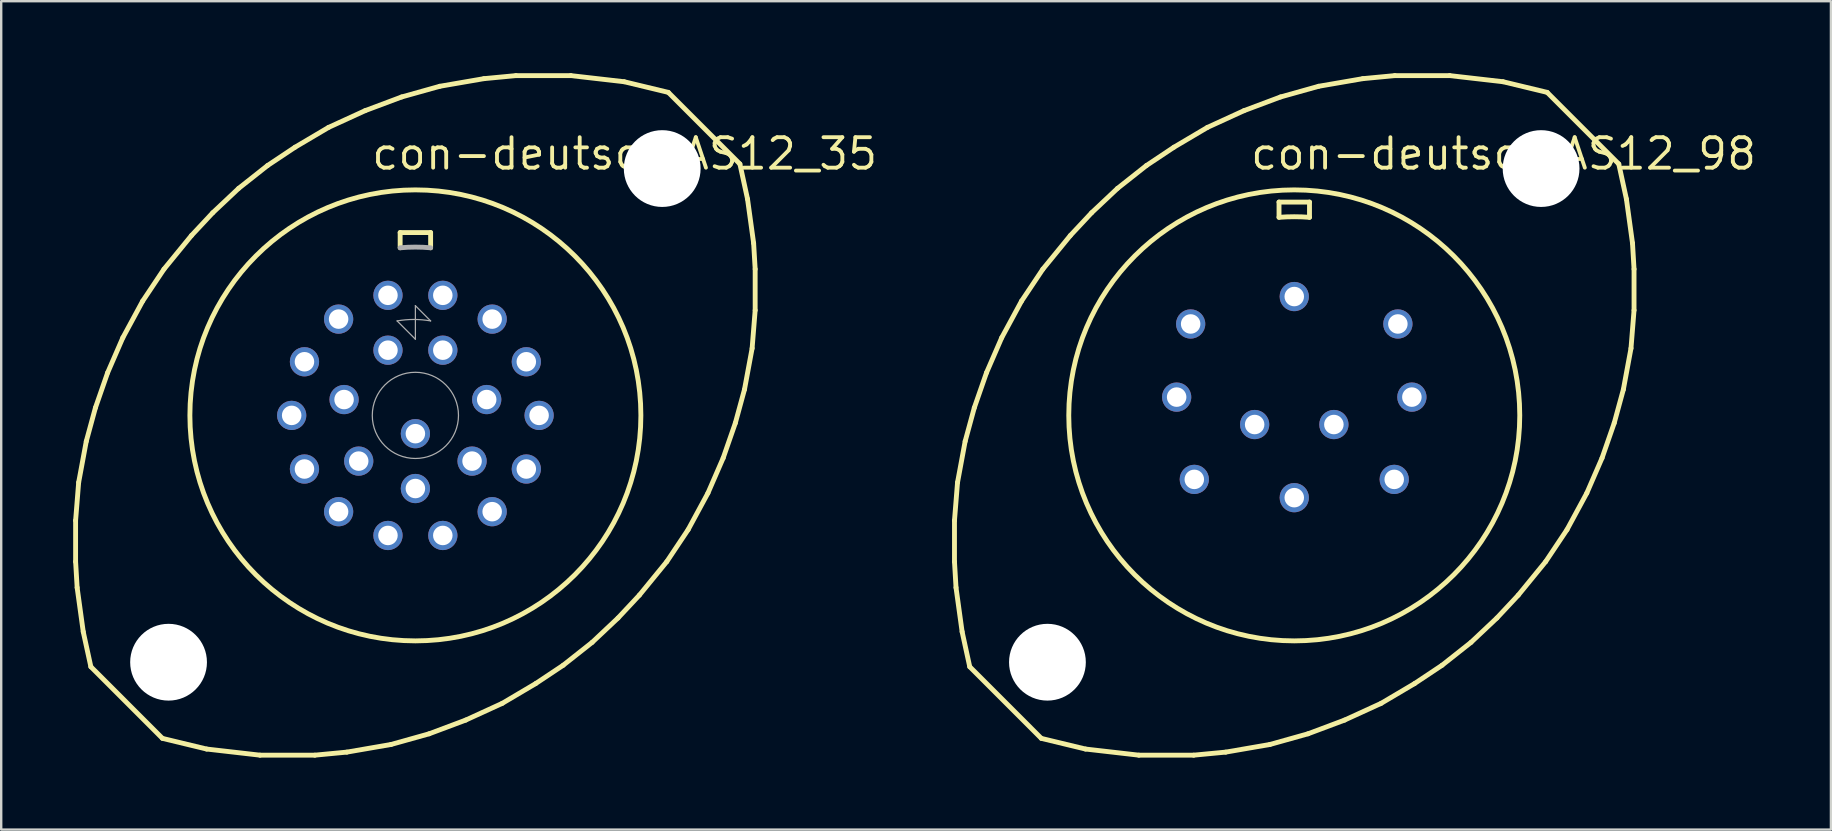
<source format=kicad_pcb>
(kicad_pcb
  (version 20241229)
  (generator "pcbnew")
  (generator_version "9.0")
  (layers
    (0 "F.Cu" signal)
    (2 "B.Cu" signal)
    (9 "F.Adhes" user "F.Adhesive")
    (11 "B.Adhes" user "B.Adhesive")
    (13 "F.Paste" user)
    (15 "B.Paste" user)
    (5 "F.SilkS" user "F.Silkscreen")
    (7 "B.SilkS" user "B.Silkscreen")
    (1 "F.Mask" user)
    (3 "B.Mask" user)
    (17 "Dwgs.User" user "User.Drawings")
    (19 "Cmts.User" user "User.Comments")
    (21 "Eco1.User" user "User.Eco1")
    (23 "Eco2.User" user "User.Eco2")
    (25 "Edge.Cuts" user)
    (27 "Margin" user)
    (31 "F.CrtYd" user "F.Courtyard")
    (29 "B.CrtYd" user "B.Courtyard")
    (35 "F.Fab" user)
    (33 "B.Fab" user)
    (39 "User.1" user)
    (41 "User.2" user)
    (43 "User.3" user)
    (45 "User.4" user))
  (footprint "con-deutsch.AS12_98"
    (layer "F.Cu")
    (at 50.891 14.262)
    (property "Reference" "con-deutsch.AS12_98" (at -1.905 -10.16 0) (layer "F.SilkS") (effects (font (size 1.27 1.27) (thickness 0.16)) (justify left bottom)))
    (attr through_hole)
    (fp_line (start -14.161 4.381) (end -14.034 2.794) (stroke (width 0.203) (type default)) (layer "F.SilkS"))
    (fp_line (start -14.161 6.096) (end -14.161 4.381) (stroke (width 0.203) (type default)) (layer "F.SilkS"))
    (fp_line (start -14.097 7.176) (end -14.161 6.096) (stroke (width 0.203) (type default)) (layer "F.SilkS"))
    (fp_line (start -14.034 2.794) (end -13.716 1.079) (stroke (width 0.203) (type default)) (layer "F.SilkS"))
    (fp_line (start -13.843 9.017) (end -14.097 7.176) (stroke (width 0.203) (type default)) (layer "F.SilkS"))
    (fp_line (start -13.716 1.079) (end -13.335 -0.318) (stroke (width 0.203) (type default)) (layer "F.SilkS"))
    (fp_line (start -13.525 10.477) (end -13.843 9.017) (stroke (width 0.203) (type default)) (layer "F.SilkS"))
    (fp_line (start -13.525 10.477) (end -10.541 13.462) (stroke (width 0.203) (type default)) (layer "F.SilkS"))
    (fp_line (start -13.335 -0.318) (end -12.827 -1.778) (stroke (width 0.203) (type default)) (layer "F.SilkS"))
    (fp_line (start -12.827 -1.778) (end -12.192 -3.239) (stroke (width 0.203) (type default)) (layer "F.SilkS"))
    (fp_line (start -12.192 -3.239) (end -11.367 -4.763) (stroke (width 0.203) (type default)) (layer "F.SilkS"))
    (fp_line (start -11.367 -4.763) (end -10.477 -6.096) (stroke (width 0.203) (type default)) (layer "F.SilkS"))
    (fp_line (start -10.477 -6.096) (end -9.335 -7.493) (stroke (width 0.203) (type default)) (layer "F.SilkS"))
    (fp_line (start -9.335 -7.493) (end -8.445 -8.445) (stroke (width 0.203) (type default)) (layer "F.SilkS"))
    (fp_line (start -8.7 13.906) (end -10.541 13.462) (stroke (width 0.203) (type default)) (layer "F.SilkS"))
    (fp_line (start -8.445 -8.445) (end -7.366 -9.461) (stroke (width 0.203) (type default)) (layer "F.SilkS"))
    (fp_line (start -7.366 -9.461) (end -6.16 -10.414) (stroke (width 0.203) (type default)) (layer "F.SilkS"))
    (fp_line (start -6.477 14.161) (end -8.7 13.906) (stroke (width 0.203) (type default)) (layer "F.SilkS"))
    (fp_line (start -6.16 -10.414) (end -5.016 -11.176) (stroke (width 0.203) (type default)) (layer "F.SilkS"))
    (fp_line (start -5.016 -11.176) (end -3.619 -12.002) (stroke (width 0.203) (type default)) (layer "F.SilkS"))
    (fp_line (start -4.191 14.161) (end -6.477 14.161) (stroke (width 0.203) (type default)) (layer "F.SilkS"))
    (fp_line (start -3.619 -12.002) (end -2.095 -12.7) (stroke (width 0.203) (type default)) (layer "F.SilkS"))
    (fp_line (start -2.857 14.034) (end -4.191 14.161) (stroke (width 0.203) (type default)) (layer "F.SilkS"))
    (fp_line (start -2.095 -12.7) (end -0.572 -13.271) (stroke (width 0.203) (type default)) (layer "F.SilkS"))
    (fp_line (start -1.016 13.716) (end -2.857 14.034) (stroke (width 0.203) (type default)) (layer "F.SilkS"))
    (fp_line (start -0.635 -8.89) (end 0.635 -8.89) (stroke (width 0.203) (type default)) (layer "F.SilkS"))
    (fp_line (start -0.635 -8.255) (end -0.635 -8.89) (stroke (width 0.203) (type default)) (layer "F.SilkS"))
    (fp_line (start -0.572 -13.271) (end 1.016 -13.716) (stroke (width 0.203) (type default)) (layer "F.SilkS"))
    (fp_line (start 0.572 13.271) (end -1.016 13.716) (stroke (width 0.203) (type default)) (layer "F.SilkS"))
    (fp_line (start 0.635 -8.89) (end 0.635 -8.255) (stroke (width 0.203) (type default)) (layer "F.SilkS"))
    (fp_line (start 1.016 -13.716) (end 2.857 -14.034) (stroke (width 0.203) (type default)) (layer "F.SilkS"))
    (fp_line (start 2.095 12.7) (end 0.572 13.271) (stroke (width 0.203) (type default)) (layer "F.SilkS"))
    (fp_line (start 2.857 -14.034) (end 4.191 -14.161) (stroke (width 0.203) (type default)) (layer "F.SilkS"))
    (fp_line (start 3.619 12.002) (end 2.095 12.7) (stroke (width 0.203) (type default)) (layer "F.SilkS"))
    (fp_line (start 4.191 -14.161) (end 6.477 -14.161) (stroke (width 0.203) (type default)) (layer "F.SilkS"))
    (fp_line (start 5.016 11.176) (end 3.619 12.002) (stroke (width 0.203) (type default)) (layer "F.SilkS"))
    (fp_line (start 6.16 10.414) (end 5.016 11.176) (stroke (width 0.203) (type default)) (layer "F.SilkS"))
    (fp_line (start 6.477 -14.161) (end 8.7 -13.906) (stroke (width 0.203) (type default)) (layer "F.SilkS"))
    (fp_line (start 7.366 9.461) (end 6.16 10.414) (stroke (width 0.203) (type default)) (layer "F.SilkS"))
    (fp_line (start 8.445 8.445) (end 7.366 9.461) (stroke (width 0.203) (type default)) (layer "F.SilkS"))
    (fp_line (start 8.7 -13.906) (end 10.541 -13.462) (stroke (width 0.203) (type default)) (layer "F.SilkS"))
    (fp_line (start 9.335 7.493) (end 8.445 8.445) (stroke (width 0.203) (type default)) (layer "F.SilkS"))
    (fp_line (start 10.477 6.096) (end 9.335 7.493) (stroke (width 0.203) (type default)) (layer "F.SilkS"))
    (fp_line (start 11.367 4.763) (end 10.477 6.096) (stroke (width 0.203) (type default)) (layer "F.SilkS"))
    (fp_line (start 12.192 3.239) (end 11.367 4.763) (stroke (width 0.203) (type default)) (layer "F.SilkS"))
    (fp_line (start 12.827 1.778) (end 12.192 3.239) (stroke (width 0.203) (type default)) (layer "F.SilkS"))
    (fp_line (start 13.335 0.318) (end 12.827 1.778) (stroke (width 0.203) (type default)) (layer "F.SilkS"))
    (fp_line (start 13.525 -10.477) (end 10.541 -13.462) (stroke (width 0.203) (type default)) (layer "F.SilkS"))
    (fp_line (start 13.525 -10.477) (end 13.843 -9.017) (stroke (width 0.203) (type default)) (layer "F.SilkS"))
    (fp_line (start 13.716 -1.079) (end 13.335 0.318) (stroke (width 0.203) (type default)) (layer "F.SilkS"))
    (fp_line (start 13.843 -9.017) (end 14.097 -7.176) (stroke (width 0.203) (type default)) (layer "F.SilkS"))
    (fp_line (start 14.034 -2.794) (end 13.716 -1.079) (stroke (width 0.203) (type default)) (layer "F.SilkS"))
    (fp_line (start 14.097 -7.176) (end 14.161 -6.096) (stroke (width 0.203) (type default)) (layer "F.SilkS"))
    (fp_line (start 14.161 -6.096) (end 14.161 -4.381) (stroke (width 0.203) (type default)) (layer "F.SilkS"))
    (fp_line (start 14.161 -4.381) (end 14.034 -2.794) (stroke (width 0.203) (type default)) (layer "F.SilkS"))
    (fp_arc (start -0.635 -8.255) (mid 0 -8.279387) (end 0.635 -8.255) (stroke (width 0.2032) (type default)) (layer "F.SilkS"))
    (fp_circle (center 0 0) (end 9.398 0) (stroke (width 0.203) (type default)) (fill no) (layer "F.SilkS"))
    (pad "" np_thru_hole circle (at -10.287 10.287) (size 3.2 3.2) (drill 3.2) (layers "*.Cu" "*.Mask"))
    (pad "" np_thru_hole circle (at 10.287 -10.287) (size 3.2 3.2) (drill 3.2) (layers "*.Cu" "*.Mask"))
    (pad "A" thru_hole circle (at 0 -4.953) (size 1.219 1.219) (drill 0.813) (layers "*.Cu" "*.Mask"))
    (pad "B" thru_hole circle (at 4.318 -3.81) (size 1.219 1.219) (drill 0.813) (layers "*.Cu" "*.Mask"))
    (pad "C" thru_hole circle (at 4.902 -0.762) (size 1.219 1.219) (drill 0.813) (layers "*.Cu" "*.Mask"))
    (pad "D" thru_hole circle (at 4.166 2.667) (size 1.219 1.219) (drill 0.813) (layers "*.Cu" "*.Mask"))
    (pad "E" thru_hole circle (at 0 3.429) (size 1.219 1.219) (drill 0.813) (layers "*.Cu" "*.Mask"))
    (pad "F" thru_hole circle (at -4.166 2.667) (size 1.219 1.219) (drill 0.813) (layers "*.Cu" "*.Mask"))
    (pad "G" thru_hole circle (at -4.902 -0.762) (size 1.219 1.219) (drill 0.813) (layers "*.Cu" "*.Mask"))
    (pad "H" thru_hole circle (at -4.318 -3.81) (size 1.219 1.219) (drill 0.813) (layers "*.Cu" "*.Mask"))
    (pad "J" thru_hole circle (at 1.651 0.381) (size 1.219 1.219) (drill 0.813) (layers "*.Cu" "*.Mask"))
    (pad "K" thru_hole circle (at -1.651 0.381) (size 1.219 1.219) (drill 0.813) (layers "*.Cu" "*.Mask")))
  (footprint "con-deutsch.AS12_35"
    (layer "F.Cu")
    (at 14.262 14.262)
    (property "Reference" "con-deutsch.AS12_35" (at -1.905 -10.16 0) (layer "F.SilkS") (effects (font (size 1.27 1.27) (thickness 0.16)) (justify left bottom)))
    (attr through_hole)
    (fp_line (start -14.161 4.381) (end -14.034 2.794) (stroke (width 0.203) (type default)) (layer "F.SilkS"))
    (fp_line (start -14.161 6.096) (end -14.161 4.381) (stroke (width 0.203) (type default)) (layer "F.SilkS"))
    (fp_line (start -14.097 7.176) (end -14.161 6.096) (stroke (width 0.203) (type default)) (layer "F.SilkS"))
    (fp_line (start -14.034 2.794) (end -13.716 1.079) (stroke (width 0.203) (type default)) (layer "F.SilkS"))
    (fp_line (start -13.843 9.017) (end -14.097 7.176) (stroke (width 0.203) (type default)) (layer "F.SilkS"))
    (fp_line (start -13.716 1.079) (end -13.335 -0.318) (stroke (width 0.203) (type default)) (layer "F.SilkS"))
    (fp_line (start -13.525 10.477) (end -13.843 9.017) (stroke (width 0.203) (type default)) (layer "F.SilkS"))
    (fp_line (start -13.525 10.477) (end -10.541 13.462) (stroke (width 0.203) (type default)) (layer "F.SilkS"))
    (fp_line (start -13.335 -0.318) (end -12.827 -1.778) (stroke (width 0.203) (type default)) (layer "F.SilkS"))
    (fp_line (start -12.827 -1.778) (end -12.192 -3.239) (stroke (width 0.203) (type default)) (layer "F.SilkS"))
    (fp_line (start -12.192 -3.239) (end -11.367 -4.763) (stroke (width 0.203) (type default)) (layer "F.SilkS"))
    (fp_line (start -11.367 -4.763) (end -10.477 -6.096) (stroke (width 0.203) (type default)) (layer "F.SilkS"))
    (fp_line (start -10.477 -6.096) (end -9.335 -7.493) (stroke (width 0.203) (type default)) (layer "F.SilkS"))
    (fp_line (start -9.335 -7.493) (end -8.445 -8.445) (stroke (width 0.203) (type default)) (layer "F.SilkS"))
    (fp_line (start -8.7 13.906) (end -10.541 13.462) (stroke (width 0.203) (type default)) (layer "F.SilkS"))
    (fp_line (start -8.445 -8.445) (end -7.366 -9.461) (stroke (width 0.203) (type default)) (layer "F.SilkS"))
    (fp_line (start -7.366 -9.461) (end -6.16 -10.414) (stroke (width 0.203) (type default)) (layer "F.SilkS"))
    (fp_line (start -6.477 14.161) (end -8.7 13.906) (stroke (width 0.203) (type default)) (layer "F.SilkS"))
    (fp_line (start -6.16 -10.414) (end -5.016 -11.176) (stroke (width 0.203) (type default)) (layer "F.SilkS"))
    (fp_line (start -5.016 -11.176) (end -3.619 -12.002) (stroke (width 0.203) (type default)) (layer "F.SilkS"))
    (fp_line (start -4.191 14.161) (end -6.477 14.161) (stroke (width 0.203) (type default)) (layer "F.SilkS"))
    (fp_line (start -3.619 -12.002) (end -2.095 -12.7) (stroke (width 0.203) (type default)) (layer "F.SilkS"))
    (fp_line (start -2.857 14.034) (end -4.191 14.161) (stroke (width 0.203) (type default)) (layer "F.SilkS"))
    (fp_line (start -2.095 -12.7) (end -0.572 -13.271) (stroke (width 0.203) (type default)) (layer "F.SilkS"))
    (fp_line (start -1.016 13.716) (end -2.857 14.034) (stroke (width 0.203) (type default)) (layer "F.SilkS"))
    (fp_line (start -0.635 -7.62) (end 0.635 -7.62) (stroke (width 0.203) (type default)) (layer "F.SilkS"))
    (fp_line (start -0.635 -6.985) (end -0.635 -7.62) (stroke (width 0.203) (type default)) (layer "F.SilkS"))
    (fp_line (start -0.572 -13.271) (end 1.016 -13.716) (stroke (width 0.203) (type default)) (layer "F.SilkS"))
    (fp_line (start 0.572 13.271) (end -1.016 13.716) (stroke (width 0.203) (type default)) (layer "F.SilkS"))
    (fp_line (start 0.635 -7.62) (end 0.635 -6.985) (stroke (width 0.203) (type default)) (layer "F.SilkS"))
    (fp_line (start 1.016 -13.716) (end 2.857 -14.034) (stroke (width 0.203) (type default)) (layer "F.SilkS"))
    (fp_line (start 2.095 12.7) (end 0.572 13.271) (stroke (width 0.203) (type default)) (layer "F.SilkS"))
    (fp_line (start 2.857 -14.034) (end 4.191 -14.161) (stroke (width 0.203) (type default)) (layer "F.SilkS"))
    (fp_line (start 3.619 12.002) (end 2.095 12.7) (stroke (width 0.203) (type default)) (layer "F.SilkS"))
    (fp_line (start 4.191 -14.161) (end 6.477 -14.161) (stroke (width 0.203) (type default)) (layer "F.SilkS"))
    (fp_line (start 5.016 11.176) (end 3.619 12.002) (stroke (width 0.203) (type default)) (layer "F.SilkS"))
    (fp_line (start 6.16 10.414) (end 5.016 11.176) (stroke (width 0.203) (type default)) (layer "F.SilkS"))
    (fp_line (start 6.477 -14.161) (end 8.7 -13.906) (stroke (width 0.203) (type default)) (layer "F.SilkS"))
    (fp_line (start 7.366 9.461) (end 6.16 10.414) (stroke (width 0.203) (type default)) (layer "F.SilkS"))
    (fp_line (start 8.445 8.445) (end 7.366 9.461) (stroke (width 0.203) (type default)) (layer "F.SilkS"))
    (fp_line (start 8.7 -13.906) (end 10.541 -13.462) (stroke (width 0.203) (type default)) (layer "F.SilkS"))
    (fp_line (start 9.335 7.493) (end 8.445 8.445) (stroke (width 0.203) (type default)) (layer "F.SilkS"))
    (fp_line (start 10.477 6.096) (end 9.335 7.493) (stroke (width 0.203) (type default)) (layer "F.SilkS"))
    (fp_line (start 11.367 4.763) (end 10.477 6.096) (stroke (width 0.203) (type default)) (layer "F.SilkS"))
    (fp_line (start 12.192 3.239) (end 11.367 4.763) (stroke (width 0.203) (type default)) (layer "F.SilkS"))
    (fp_line (start 12.827 1.778) (end 12.192 3.239) (stroke (width 0.203) (type default)) (layer "F.SilkS"))
    (fp_line (start 13.335 0.318) (end 12.827 1.778) (stroke (width 0.203) (type default)) (layer "F.SilkS"))
    (fp_line (start 13.525 -10.477) (end 10.541 -13.462) (stroke (width 0.203) (type default)) (layer "F.SilkS"))
    (fp_line (start 13.525 -10.477) (end 13.843 -9.017) (stroke (width 0.203) (type default)) (layer "F.SilkS"))
    (fp_line (start 13.716 -1.079) (end 13.335 0.318) (stroke (width 0.203) (type default)) (layer "F.SilkS"))
    (fp_line (start 13.843 -9.017) (end 14.097 -7.176) (stroke (width 0.203) (type default)) (layer "F.SilkS"))
    (fp_line (start 14.034 -2.794) (end 13.716 -1.079) (stroke (width 0.203) (type default)) (layer "F.SilkS"))
    (fp_line (start 14.097 -7.176) (end 14.161 -6.096) (stroke (width 0.203) (type default)) (layer "F.SilkS"))
    (fp_line (start 14.161 -6.096) (end 14.161 -4.381) (stroke (width 0.203) (type default)) (layer "F.SilkS"))
    (fp_line (start 14.161 -4.381) (end 14.034 -2.794) (stroke (width 0.203) (type default)) (layer "F.SilkS"))
    (fp_circle (center 0 0) (end 9.398 0) (stroke (width 0.203) (type default)) (fill no) (layer "F.SilkS"))
    (fp_line (start -0.762 -3.937) (end 0 -3.175) (stroke (width 0.051) (type default)) (layer "F.Fab"))
    (fp_line (start 0 -4.572) (end 0.635 -3.937) (stroke (width 0.051) (type default)) (layer "F.Fab"))
    (fp_line (start 0 -3.175) (end 0 -4.572) (stroke (width 0.051) (type default)) (layer "F.Fab"))
    (fp_arc (start -0.762 -3.937) (mid -0.0635 -3.997522) (end 0.635 -3.937) (stroke (width 0.0508) (type default)) (layer "F.Fab"))
    (fp_arc (start -0.635 -6.985) (mid 0 -7.013804) (end 0.635 -6.985) (stroke (width 0.2032) (type default)) (layer "F.Fab"))
    (fp_circle (center 0 0) (end 1.796 0) (stroke (width 0.051) (type default)) (fill no) (layer "F.Fab"))
    (pad "" np_thru_hole circle (at -10.287 10.287) (size 3.2 3.2) (drill 3.2) (layers "*.Cu" "*.Mask"))
    (pad "" np_thru_hole circle (at 10.287 -10.287) (size 3.2 3.2) (drill 3.2) (layers "*.Cu" "*.Mask"))
    (pad "1" thru_hole circle (at 1.143 -5.004) (size 1.219 1.219) (drill 0.813) (layers "*.Cu" "*.Mask"))
    (pad "2" thru_hole circle (at 3.2 -4.013) (size 1.219 1.219) (drill 0.813) (layers "*.Cu" "*.Mask"))
    (pad "3" thru_hole circle (at 4.623 -2.235) (size 1.219 1.219) (drill 0.813) (layers "*.Cu" "*.Mask"))
    (pad "4" thru_hole circle (at 5.156 0) (size 1.219 1.219) (drill 0.813) (layers "*.Cu" "*.Mask"))
    (pad "5" thru_hole circle (at 4.623 2.235) (size 1.219 1.219) (drill 0.813) (layers "*.Cu" "*.Mask"))
    (pad "6" thru_hole circle (at 3.2 4.013) (size 1.219 1.219) (drill 0.813) (layers "*.Cu" "*.Mask"))
    (pad "7" thru_hole circle (at 1.143 5.004) (size 1.219 1.219) (drill 0.813) (layers "*.Cu" "*.Mask"))
    (pad "8" thru_hole circle (at -1.143 5.004) (size 1.219 1.219) (drill 0.813) (layers "*.Cu" "*.Mask"))
    (pad "9" thru_hole circle (at -3.2 4.013) (size 1.219 1.219) (drill 0.813) (layers "*.Cu" "*.Mask"))
    (pad "10" thru_hole circle (at -4.623 2.235) (size 1.219 1.219) (drill 0.813) (layers "*.Cu" "*.Mask"))
    (pad "11" thru_hole circle (at -5.156 0) (size 1.219 1.219) (drill 0.813) (layers "*.Cu" "*.Mask"))
    (pad "12" thru_hole circle (at -4.623 -2.235) (size 1.219 1.219) (drill 0.813) (layers "*.Cu" "*.Mask"))
    (pad "13" thru_hole circle (at -3.2 -4.013) (size 1.219 1.219) (drill 0.813) (layers "*.Cu" "*.Mask"))
    (pad "14" thru_hole circle (at -1.143 -5.004) (size 1.219 1.219) (drill 0.813) (layers "*.Cu" "*.Mask"))
    (pad "15" thru_hole circle (at 1.143 -2.718) (size 1.219 1.219) (drill 0.813) (layers "*.Cu" "*.Mask"))
    (pad "16" thru_hole circle (at 2.972 -0.66) (size 1.219 1.219) (drill 0.813) (layers "*.Cu" "*.Mask"))
    (pad "17" thru_hole circle (at 2.362 1.905) (size 1.219 1.219) (drill 0.813) (layers "*.Cu" "*.Mask"))
    (pad "18" thru_hole circle (at 0 3.048) (size 1.219 1.219) (drill 0.813) (layers "*.Cu" "*.Mask"))
    (pad "19" thru_hole circle (at -2.362 1.905) (size 1.219 1.219) (drill 0.813) (layers "*.Cu" "*.Mask"))
    (pad "20" thru_hole circle (at -2.972 -0.66) (size 1.219 1.219) (drill 0.813) (layers "*.Cu" "*.Mask"))
    (pad "21" thru_hole circle (at -1.143 -2.718) (size 1.219 1.219) (drill 0.813) (layers "*.Cu" "*.Mask"))
    (pad "22" thru_hole circle (at 0 0.762) (size 1.219 1.219) (drill 0.813) (layers "*.Cu" "*.Mask")))
  (gr_rect
    (start -3 -3)
    (end 73.258 31.524)
    (stroke (width 0.1) (type default))
    (fill no)
    (layer "Edge.Cuts")))
</source>
